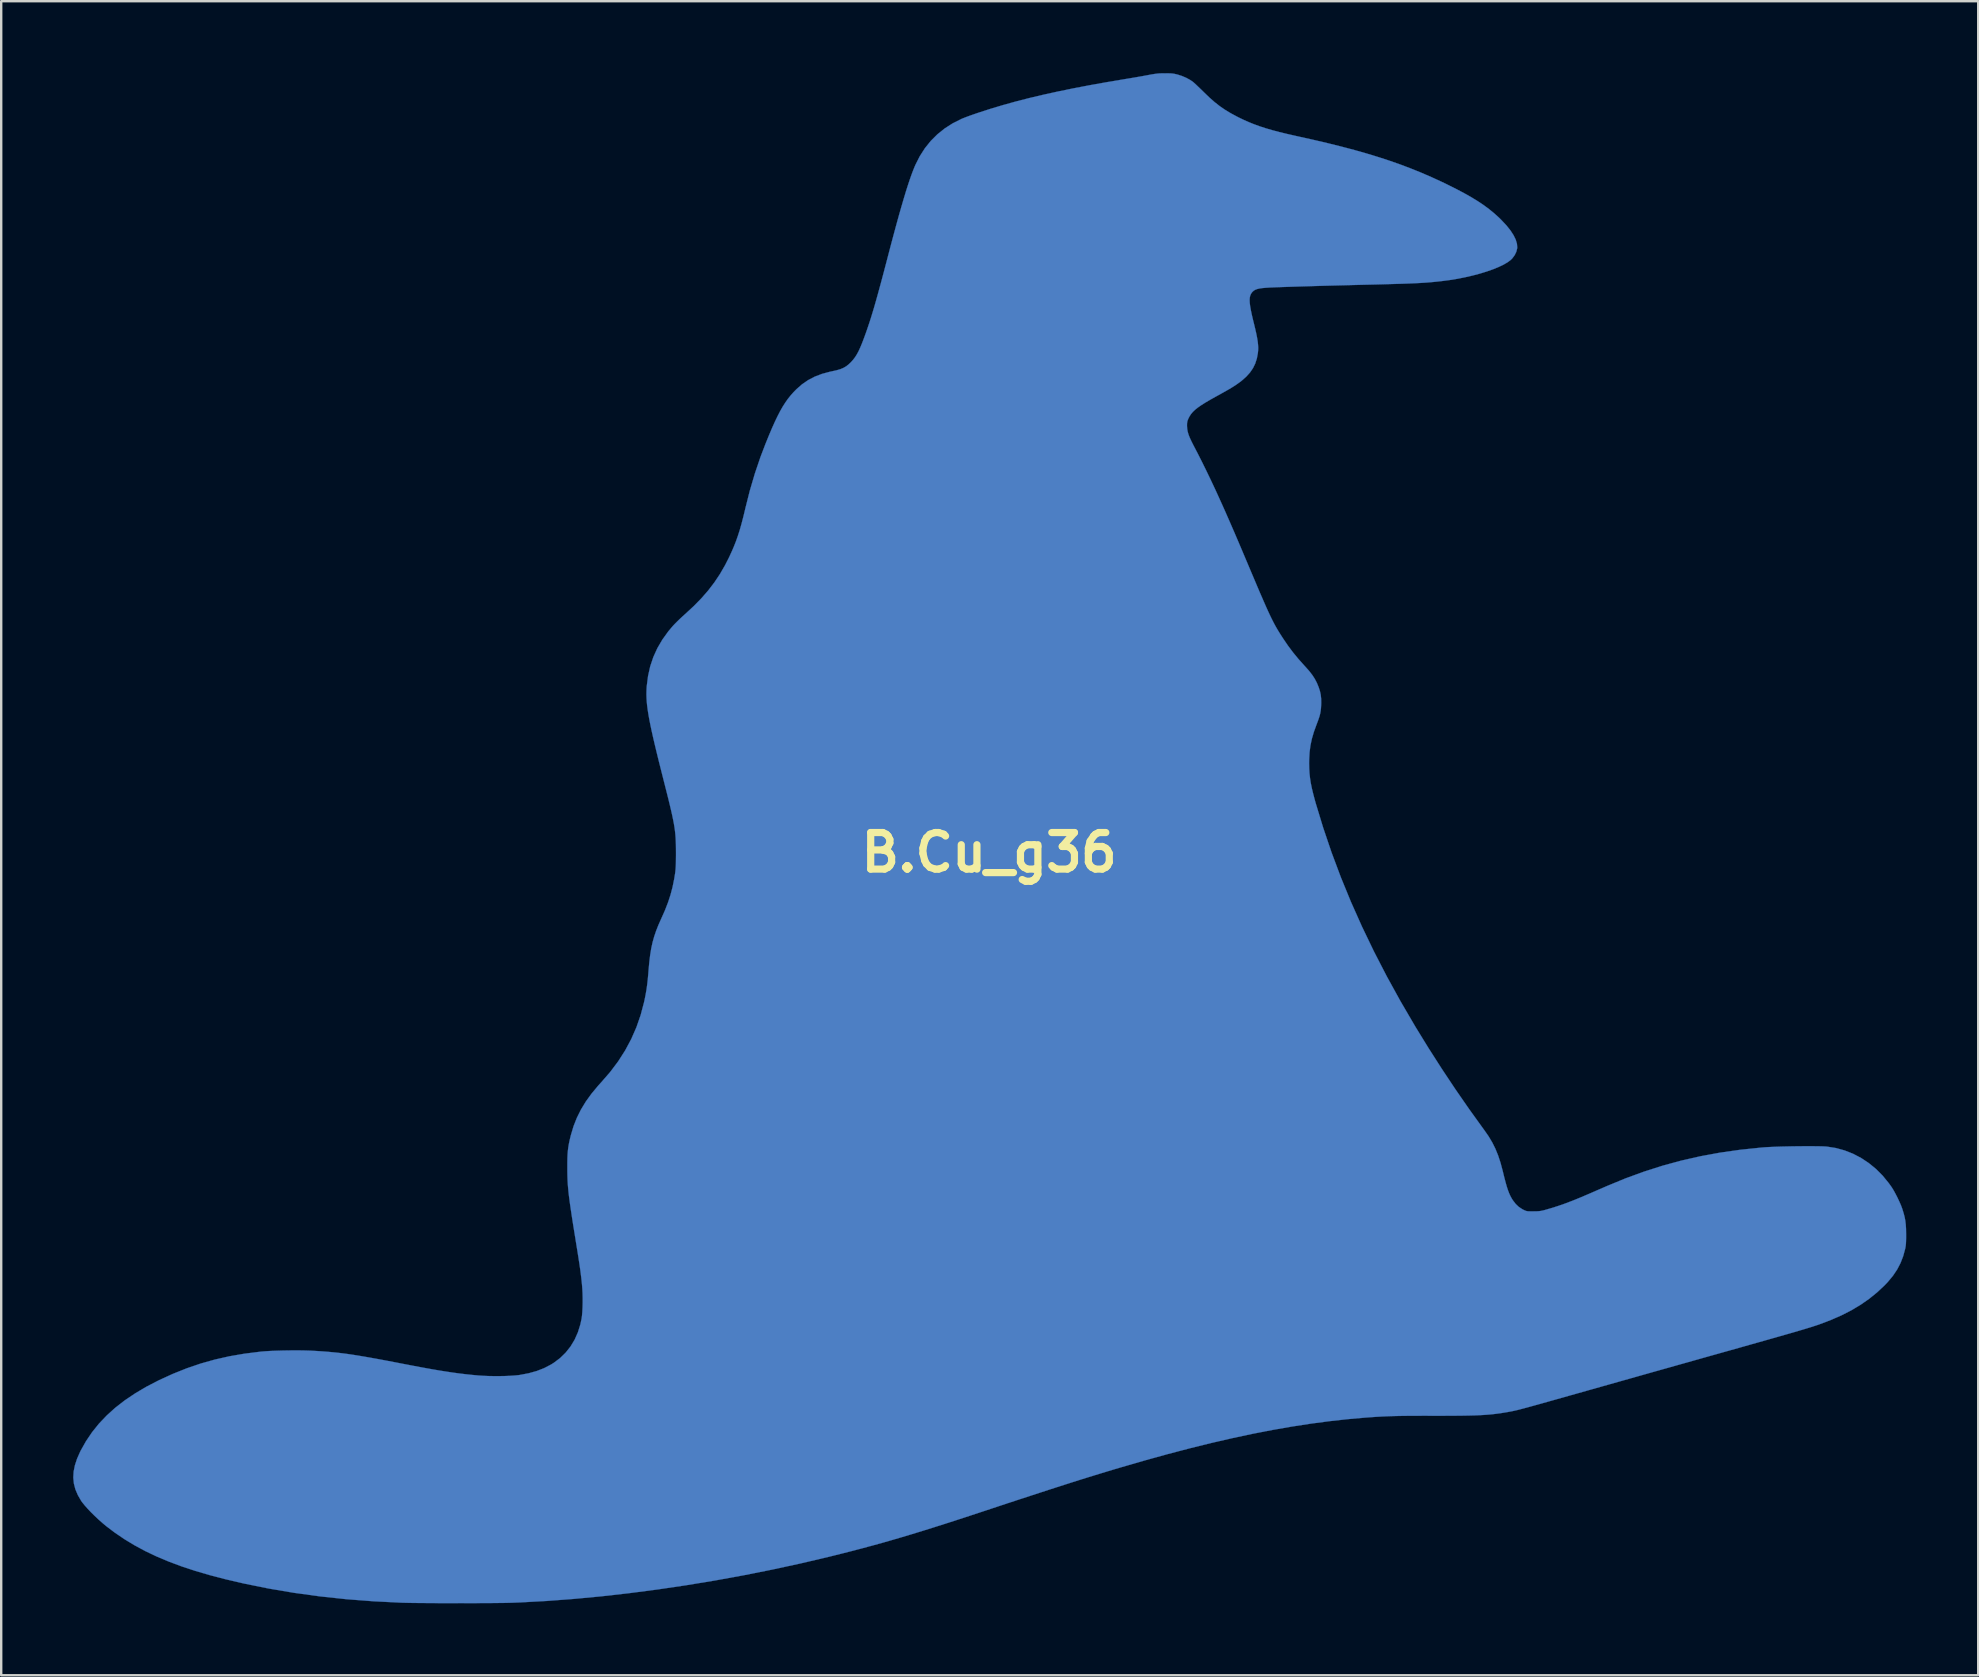
<source format=kicad_pcb>
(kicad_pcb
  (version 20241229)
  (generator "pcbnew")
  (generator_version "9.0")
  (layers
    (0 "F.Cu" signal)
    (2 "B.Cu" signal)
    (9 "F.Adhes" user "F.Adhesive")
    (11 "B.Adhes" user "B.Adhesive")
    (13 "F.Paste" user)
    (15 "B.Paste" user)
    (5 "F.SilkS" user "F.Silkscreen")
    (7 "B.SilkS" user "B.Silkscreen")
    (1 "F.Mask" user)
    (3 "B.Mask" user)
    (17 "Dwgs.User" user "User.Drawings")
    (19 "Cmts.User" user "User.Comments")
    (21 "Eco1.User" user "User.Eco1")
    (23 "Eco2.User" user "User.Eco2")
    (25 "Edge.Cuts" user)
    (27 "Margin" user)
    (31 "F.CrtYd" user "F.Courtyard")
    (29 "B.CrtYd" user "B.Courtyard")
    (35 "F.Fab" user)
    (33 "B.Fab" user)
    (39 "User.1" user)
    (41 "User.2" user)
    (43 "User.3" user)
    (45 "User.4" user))
  (footprint "B.Cu_g36"
    (layer "F.Cu")
    (at 38.171 32.48)
    (property "Reference" "B.Cu_g36" (at 0 0 0) (layer "F.SilkS") (effects (font (size 1.524 1.524) (thickness 0.3))))
    (attr through_hole)
    (fp_poly (pts (xy 7.469 -32.474) (xy 7.574 -32.471) (xy 7.66 -32.463) (xy 7.74 -32.449) (xy 7.825 -32.429) (xy 7.854 -32.422) (xy 8.035 -32.364) (xy 8.213 -32.288) (xy 8.375 -32.2) (xy 8.499 -32.114) (xy 8.545 -32.075) (xy 8.615 -32.011) (xy 8.702 -31.928) (xy 8.802 -31.832) (xy 8.908 -31.729) (xy 8.954 -31.684) (xy 9.182 -31.464) (xy 9.398 -31.274) (xy 9.611 -31.107) (xy 9.83 -30.956) (xy 10.065 -30.814) (xy 10.325 -30.674) (xy 10.382 -30.644) (xy 10.601 -30.538) (xy 10.82 -30.441) (xy 11.044 -30.351) (xy 11.277 -30.266) (xy 11.526 -30.185) (xy 11.795 -30.106) (xy 12.09 -30.028) (xy 12.415 -29.949) (xy 12.776 -29.867) (xy 12.874 -29.845) (xy 13.518 -29.702) (xy 14.123 -29.56) (xy 14.694 -29.418) (xy 15.233 -29.275) (xy 15.744 -29.13) (xy 16.232 -28.981) (xy 16.699 -28.828) (xy 17.149 -28.67) (xy 17.586 -28.504) (xy 18.014 -28.331) (xy 18.436 -28.148) (xy 18.856 -27.955) (xy 19.103 -27.836) (xy 19.47 -27.652) (xy 19.801 -27.477) (xy 20.099 -27.309) (xy 20.369 -27.143) (xy 20.614 -26.979) (xy 20.839 -26.812) (xy 21.049 -26.64) (xy 21.246 -26.462) (xy 21.356 -26.353) (xy 21.561 -26.134) (xy 21.727 -25.926) (xy 21.855 -25.729) (xy 21.945 -25.545) (xy 21.997 -25.373) (xy 22.009 -25.215) (xy 22.006 -25.179) (xy 21.97 -25.035) (xy 21.9 -24.893) (xy 21.803 -24.762) (xy 21.743 -24.702) (xy 21.611 -24.602) (xy 21.442 -24.503) (xy 21.237 -24.405) (xy 21.003 -24.309) (xy 20.742 -24.217) (xy 20.46 -24.13) (xy 20.159 -24.05) (xy 19.844 -23.977) (xy 19.519 -23.912) (xy 19.188 -23.858) (xy 18.93 -23.824) (xy 18.79 -23.808) (xy 18.657 -23.793) (xy 18.526 -23.78) (xy 18.395 -23.768) (xy 18.261 -23.757) (xy 18.119 -23.747) (xy 17.968 -23.738) (xy 17.802 -23.729) (xy 17.62 -23.721) (xy 17.418 -23.713) (xy 17.192 -23.705) (xy 16.94 -23.698) (xy 16.658 -23.69) (xy 16.343 -23.681) (xy 15.991 -23.672) (xy 15.684 -23.665) (xy 15.198 -23.653) (xy 14.75 -23.641) (xy 14.337 -23.631) (xy 13.955 -23.621) (xy 13.602 -23.611) (xy 13.273 -23.601) (xy 12.965 -23.592) (xy 12.673 -23.583) (xy 12.396 -23.574) (xy 12.129 -23.565) (xy 11.938 -23.558) (xy 11.72 -23.549) (xy 11.539 -23.538) (xy 11.391 -23.525) (xy 11.273 -23.508) (xy 11.178 -23.486) (xy 11.102 -23.459) (xy 11.041 -23.425) (xy 10.991 -23.383) (xy 10.957 -23.347) (xy 10.914 -23.285) (xy 10.883 -23.215) (xy 10.863 -23.131) (xy 10.856 -23.031) (xy 10.861 -22.91) (xy 10.879 -22.765) (xy 10.91 -22.592) (xy 10.953 -22.388) (xy 11.01 -22.148) (xy 11.028 -22.077) (xy 11.087 -21.833) (xy 11.134 -21.625) (xy 11.169 -21.446) (xy 11.194 -21.291) (xy 11.208 -21.155) (xy 11.214 -21.033) (xy 11.21 -20.919) (xy 11.2 -20.817) (xy 11.158 -20.59) (xy 11.091 -20.382) (xy 10.997 -20.188) (xy 10.872 -20.006) (xy 10.715 -19.832) (xy 10.523 -19.662) (xy 10.294 -19.495) (xy 10.086 -19.362) (xy 10.011 -19.318) (xy 9.908 -19.259) (xy 9.783 -19.188) (xy 9.647 -19.112) (xy 9.506 -19.034) (xy 9.44 -18.998) (xy 9.205 -18.866) (xy 9.005 -18.749) (xy 8.837 -18.642) (xy 8.698 -18.545) (xy 8.583 -18.453) (xy 8.49 -18.364) (xy 8.415 -18.275) (xy 8.355 -18.183) (xy 8.313 -18.104) (xy 8.279 -18.025) (xy 8.259 -17.959) (xy 8.249 -17.889) (xy 8.247 -17.798) (xy 8.247 -17.78) (xy 8.254 -17.663) (xy 8.274 -17.546) (xy 8.31 -17.421) (xy 8.364 -17.283) (xy 8.439 -17.123) (xy 8.508 -16.986) (xy 8.689 -16.639) (xy 8.869 -16.284) (xy 9.048 -15.92) (xy 9.23 -15.542) (xy 9.416 -15.148) (xy 9.606 -14.732) (xy 9.804 -14.293) (xy 10.009 -13.827) (xy 10.225 -13.33) (xy 10.452 -12.799) (xy 10.615 -12.414) (xy 10.778 -12.028) (xy 10.926 -11.678) (xy 11.06 -11.362) (xy 11.18 -11.078) (xy 11.289 -10.823) (xy 11.388 -10.596) (xy 11.476 -10.392) (xy 11.556 -10.212) (xy 11.629 -10.05) (xy 11.696 -9.906) (xy 11.758 -9.778) (xy 11.816 -9.661) (xy 11.871 -9.555) (xy 11.924 -9.456) (xy 11.977 -9.362) (xy 12.03 -9.272) (xy 12.085 -9.182) (xy 12.143 -9.089) (xy 12.205 -8.993) (xy 12.249 -8.925) (xy 12.453 -8.625) (xy 12.663 -8.344) (xy 12.889 -8.069) (xy 13.14 -7.788) (xy 13.169 -7.757) (xy 13.332 -7.574) (xy 13.465 -7.404) (xy 13.572 -7.239) (xy 13.66 -7.07) (xy 13.735 -6.888) (xy 13.735 -6.887) (xy 13.787 -6.727) (xy 13.82 -6.576) (xy 13.837 -6.418) (xy 13.84 -6.24) (xy 13.837 -6.146) (xy 13.83 -6.015) (xy 13.817 -5.9) (xy 13.797 -5.791) (xy 13.768 -5.678) (xy 13.726 -5.551) (xy 13.67 -5.4) (xy 13.645 -5.334) (xy 13.534 -5.028) (xy 13.45 -4.741) (xy 13.391 -4.461) (xy 13.354 -4.175) (xy 13.337 -3.872) (xy 13.335 -3.722) (xy 13.339 -3.509) (xy 13.351 -3.306) (xy 13.373 -3.105) (xy 13.405 -2.897) (xy 13.45 -2.676) (xy 13.509 -2.433) (xy 13.581 -2.162) (xy 13.61 -2.059) (xy 13.923 -1.031) (xy 14.271 -0.004) (xy 14.656 1.024) (xy 15.078 2.053) (xy 15.538 3.084) (xy 16.036 4.119) (xy 16.573 5.16) (xy 17.15 6.207) (xy 17.767 7.262) (xy 18.306 8.139) (xy 18.866 9.014) (xy 19.433 9.866) (xy 20.002 10.688) (xy 20.569 11.476) (xy 20.636 11.568) (xy 20.814 11.823) (xy 20.967 12.079) (xy 21.098 12.342) (xy 21.212 12.622) (xy 21.312 12.926) (xy 21.402 13.263) (xy 21.411 13.299) (xy 21.47 13.541) (xy 21.524 13.746) (xy 21.573 13.92) (xy 21.621 14.067) (xy 21.669 14.193) (xy 21.718 14.302) (xy 21.77 14.4) (xy 21.826 14.489) (xy 21.945 14.645) (xy 22.074 14.767) (xy 22.222 14.864) (xy 22.265 14.886) (xy 22.324 14.914) (xy 22.372 14.933) (xy 22.421 14.945) (xy 22.48 14.951) (xy 22.56 14.953) (xy 22.671 14.953) (xy 22.68 14.953) (xy 22.809 14.951) (xy 22.911 14.945) (xy 23.001 14.933) (xy 23.093 14.913) (xy 23.167 14.894) (xy 23.449 14.812) (xy 23.728 14.723) (xy 24.012 14.624) (xy 24.308 14.511) (xy 24.626 14.382) (xy 24.929 14.253) (xy 25.089 14.184) (xy 25.271 14.104) (xy 25.458 14.023) (xy 25.636 13.946) (xy 25.745 13.898) (xy 26.517 13.58) (xy 27.289 13.298) (xy 28.065 13.05) (xy 28.85 12.836) (xy 29.649 12.655) (xy 30.465 12.505) (xy 31.303 12.386) (xy 32.168 12.296) (xy 32.3 12.285) (xy 32.438 12.276) (xy 32.606 12.268) (xy 32.798 12.26) (xy 33.009 12.253) (xy 33.233 12.248) (xy 33.465 12.243) (xy 33.698 12.24) (xy 33.928 12.238) (xy 34.149 12.237) (xy 34.355 12.238) (xy 34.541 12.24) (xy 34.7 12.243) (xy 34.829 12.248) (xy 34.917 12.255) (xy 35.29 12.314) (xy 35.654 12.414) (xy 36.004 12.552) (xy 36.34 12.728) (xy 36.659 12.94) (xy 36.96 13.186) (xy 37.239 13.466) (xy 37.494 13.778) (xy 37.62 13.955) (xy 37.693 14.074) (xy 37.773 14.22) (xy 37.856 14.382) (xy 37.933 14.546) (xy 38.001 14.701) (xy 38.051 14.835) (xy 38.056 14.848) (xy 38.111 15.027) (xy 38.153 15.187) (xy 38.182 15.342) (xy 38.201 15.503) (xy 38.212 15.682) (xy 38.215 15.891) (xy 38.215 15.907) (xy 38.215 16.071) (xy 38.212 16.2) (xy 38.207 16.305) (xy 38.198 16.392) (xy 38.185 16.47) (xy 38.177 16.509) (xy 38.094 16.818) (xy 37.983 17.105) (xy 37.842 17.376) (xy 37.667 17.636) (xy 37.455 17.892) (xy 37.318 18.037) (xy 37.007 18.328) (xy 36.675 18.597) (xy 36.321 18.844) (xy 35.94 19.072) (xy 35.528 19.283) (xy 35.083 19.478) (xy 34.601 19.661) (xy 34.535 19.684) (xy 34.466 19.707) (xy 34.392 19.731) (xy 34.311 19.758) (xy 34.221 19.786) (xy 34.119 19.817) (xy 34.004 19.852) (xy 33.874 19.891) (xy 33.727 19.934) (xy 33.561 19.983) (xy 33.374 20.037) (xy 33.163 20.097) (xy 32.928 20.164) (xy 32.665 20.239) (xy 32.374 20.322) (xy 32.051 20.413) (xy 31.696 20.513) (xy 31.306 20.624) (xy 30.878 20.744) (xy 30.438 20.868) (xy 30.035 20.981) (xy 29.605 21.102) (xy 29.153 21.23) (xy 28.686 21.361) (xy 28.209 21.496) (xy 27.728 21.631) (xy 27.25 21.766) (xy 26.779 21.899) (xy 26.323 22.028) (xy 25.887 22.151) (xy 25.477 22.267) (xy 25.098 22.374) (xy 24.924 22.423) (xy 24.524 22.536) (xy 24.162 22.638) (xy 23.837 22.73) (xy 23.546 22.812) (xy 23.286 22.885) (xy 23.056 22.95) (xy 22.853 23.007) (xy 22.674 23.056) (xy 22.519 23.099) (xy 22.384 23.136) (xy 22.266 23.167) (xy 22.165 23.194) (xy 22.077 23.217) (xy 22.001 23.236) (xy 21.934 23.251) (xy 21.873 23.265) (xy 21.817 23.277) (xy 21.763 23.288) (xy 21.709 23.298) (xy 21.653 23.308) (xy 21.622 23.314) (xy 21.461 23.341) (xy 21.305 23.366) (xy 21.148 23.387) (xy 20.988 23.406) (xy 20.821 23.422) (xy 20.643 23.435) (xy 20.451 23.446) (xy 20.241 23.455) (xy 20.009 23.461) (xy 19.752 23.466) (xy 19.467 23.469) (xy 19.149 23.471) (xy 18.795 23.472) (xy 18.498 23.472) (xy 18.146 23.471) (xy 17.833 23.472) (xy 17.552 23.473) (xy 17.298 23.475) (xy 17.067 23.479) (xy 16.854 23.484) (xy 16.653 23.49) (xy 16.461 23.498) (xy 16.271 23.508) (xy 16.08 23.519) (xy 15.881 23.533) (xy 15.671 23.548) (xy 15.663 23.549) (xy 14.924 23.614) (xy 14.172 23.698) (xy 13.404 23.8) (xy 12.619 23.921) (xy 11.815 24.061) (xy 10.99 24.221) (xy 10.142 24.402) (xy 9.269 24.603) (xy 8.369 24.825) (xy 7.439 25.069) (xy 6.479 25.335) (xy 5.485 25.623) (xy 5.17 25.716) (xy 4.898 25.798) (xy 4.627 25.881) (xy 4.353 25.965) (xy 4.073 26.051) (xy 3.785 26.141) (xy 3.485 26.236) (xy 3.172 26.336) (xy 2.841 26.442) (xy 2.49 26.555) (xy 2.116 26.677) (xy 1.717 26.807) (xy 1.289 26.947) (xy 0.83 27.098) (xy 0.336 27.261) (xy -0.194 27.437) (xy -0.212 27.443) (xy -0.789 27.633) (xy -1.331 27.81) (xy -1.841 27.975) (xy -2.324 28.128) (xy -2.782 28.271) (xy -3.22 28.405) (xy -3.643 28.532) (xy -4.053 28.652) (xy -4.455 28.767) (xy -4.853 28.877) (xy -5.251 28.984) (xy -5.652 29.09) (xy -6.061 29.194) (xy -6.481 29.299) (xy -6.678 29.348) (xy -7.852 29.624) (xy -9.038 29.881) (xy -10.232 30.119) (xy -11.429 30.337) (xy -12.625 30.534) (xy -13.816 30.71) (xy -14.997 30.864) (xy -16.164 30.996) (xy -17.311 31.104) (xy -18.435 31.189) (xy -19.531 31.249) (xy -19.884 31.263) (xy -20.009 31.266) (xy -20.173 31.27) (xy -20.37 31.272) (xy -20.596 31.275) (xy -20.846 31.277) (xy -21.117 31.278) (xy -21.404 31.279) (xy -21.702 31.28) (xy -22.007 31.281) (xy -22.314 31.28) (xy -22.62 31.28) (xy -22.919 31.279) (xy -23.207 31.278) (xy -23.481 31.276) (xy -23.734 31.274) (xy -23.964 31.272) (xy -24.165 31.269) (xy -24.334 31.265) (xy -24.465 31.262) (xy -24.469 31.262) (xy -25.636 31.204) (xy -26.775 31.117) (xy -27.888 30.998) (xy -28.974 30.849) (xy -30.036 30.669) (xy -31.076 30.458) (xy -31.846 30.278) (xy -32.488 30.11) (xy -33.092 29.933) (xy -33.659 29.746) (xy -34.191 29.547) (xy -34.693 29.336) (xy -35.165 29.111) (xy -35.611 28.871) (xy -36.033 28.616) (xy -36.434 28.344) (xy -36.788 28.076) (xy -36.949 27.942) (xy -37.114 27.796) (xy -37.277 27.642) (xy -37.433 27.488) (xy -37.575 27.338) (xy -37.698 27.198) (xy -37.797 27.075) (xy -37.841 27.012) (xy -37.979 26.773) (xy -38.08 26.535) (xy -38.142 26.294) (xy -38.166 26.049) (xy -38.152 25.797) (xy -38.099 25.535) (xy -38.009 25.26) (xy -37.88 24.969) (xy -37.859 24.926) (xy -37.637 24.531) (xy -37.383 24.155) (xy -37.096 23.798) (xy -36.773 23.459) (xy -36.416 23.136) (xy -36.021 22.829) (xy -35.589 22.538) (xy -35.119 22.26) (xy -34.609 21.996) (xy -34.597 21.99) (xy -34.015 21.724) (xy -33.437 21.493) (xy -32.856 21.295) (xy -32.266 21.129) (xy -31.66 20.992) (xy -31.033 20.884) (xy -30.378 20.802) (xy -30.311 20.795) (xy -30.142 20.782) (xy -29.939 20.77) (xy -29.71 20.761) (xy -29.464 20.754) (xy -29.21 20.749) (xy -28.955 20.747) (xy -28.708 20.748) (xy -28.478 20.752) (xy -28.272 20.759) (xy -28.194 20.763) (xy -27.969 20.776) (xy -27.756 20.79) (xy -27.552 20.806) (xy -27.353 20.824) (xy -27.155 20.844) (xy -26.954 20.868) (xy -26.746 20.895) (xy -26.527 20.927) (xy -26.294 20.964) (xy -26.042 21.006) (xy -25.768 21.054) (xy -25.469 21.108) (xy -25.139 21.17) (xy -24.776 21.239) (xy -24.375 21.317) (xy -24.373 21.317) (xy -23.956 21.397) (xy -23.575 21.468) (xy -23.227 21.531) (xy -22.905 21.586) (xy -22.606 21.633) (xy -22.325 21.675) (xy -22.057 21.711) (xy -21.797 21.742) (xy -21.542 21.769) (xy -21.286 21.793) (xy -21.283 21.793) (xy -21.086 21.806) (xy -20.867 21.815) (xy -20.637 21.819) (xy -20.403 21.819) (xy -20.173 21.815) (xy -19.958 21.806) (xy -19.765 21.793) (xy -19.602 21.777) (xy -19.558 21.77) (xy -19.189 21.7) (xy -18.852 21.606) (xy -18.544 21.486) (xy -18.262 21.339) (xy -18.146 21.267) (xy -17.881 21.068) (xy -17.647 20.84) (xy -17.445 20.585) (xy -17.275 20.303) (xy -17.138 19.995) (xy -17.034 19.661) (xy -16.986 19.437) (xy -16.967 19.306) (xy -16.953 19.144) (xy -16.943 18.958) (xy -16.938 18.759) (xy -16.938 18.557) (xy -16.943 18.361) (xy -16.953 18.182) (xy -16.965 18.027) (xy -16.98 17.872) (xy -16.998 17.712) (xy -17.019 17.54) (xy -17.044 17.353) (xy -17.074 17.145) (xy -17.11 16.91) (xy -17.152 16.644) (xy -17.198 16.362) (xy -17.258 15.988) (xy -17.312 15.653) (xy -17.36 15.353) (xy -17.401 15.085) (xy -17.437 14.845) (xy -17.468 14.631) (xy -17.494 14.438) (xy -17.516 14.263) (xy -17.533 14.104) (xy -17.547 13.956) (xy -17.558 13.817) (xy -17.566 13.683) (xy -17.571 13.551) (xy -17.575 13.418) (xy -17.577 13.279) (xy -17.577 13.155) (xy -17.577 12.93) (xy -17.574 12.738) (xy -17.567 12.573) (xy -17.555 12.425) (xy -17.538 12.286) (xy -17.515 12.148) (xy -17.485 12.003) (xy -17.447 11.843) (xy -17.428 11.769) (xy -17.319 11.405) (xy -17.181 11.055) (xy -17.012 10.715) (xy -16.81 10.381) (xy -16.571 10.05) (xy -16.294 9.717) (xy -16.159 9.567) (xy -15.789 9.141) (xy -15.458 8.701) (xy -15.167 8.245) (xy -14.914 7.772) (xy -14.699 7.281) (xy -14.522 6.772) (xy -14.382 6.243) (xy -14.352 6.107) (xy -14.312 5.903) (xy -14.278 5.705) (xy -14.25 5.503) (xy -14.225 5.286) (xy -14.203 5.042) (xy -14.192 4.9) (xy -14.162 4.569) (xy -14.126 4.271) (xy -14.082 4) (xy -14.027 3.746) (xy -13.959 3.503) (xy -13.877 3.261) (xy -13.779 3.013) (xy -13.662 2.751) (xy -13.661 2.749) (xy -13.508 2.404) (xy -13.382 2.079) (xy -13.278 1.761) (xy -13.193 1.44) (xy -13.125 1.105) (xy -13.088 0.878) (xy -13.076 0.786) (xy -13.066 0.689) (xy -13.059 0.58) (xy -13.054 0.453) (xy -13.052 0.3) (xy -13.05 0.116) (xy -13.05 0.011) (xy -13.051 -0.164) (xy -13.053 -0.324) (xy -13.058 -0.473) (xy -13.065 -0.616) (xy -13.076 -0.756) (xy -13.091 -0.898) (xy -13.111 -1.044) (xy -13.136 -1.198) (xy -13.168 -1.365) (xy -13.206 -1.549) (xy -13.252 -1.753) (xy -13.306 -1.981) (xy -13.368 -2.236) (xy -13.44 -2.524) (xy -13.522 -2.847) (xy -13.557 -2.985) (xy -13.668 -3.424) (xy -13.769 -3.825) (xy -13.859 -4.191) (xy -13.939 -4.524) (xy -14.009 -4.826) (xy -14.07 -5.1) (xy -14.122 -5.348) (xy -14.166 -5.574) (xy -14.202 -5.779) (xy -14.231 -5.966) (xy -14.253 -6.138) (xy -14.268 -6.297) (xy -14.277 -6.446) (xy -14.281 -6.587) (xy -14.279 -6.723) (xy -14.273 -6.856) (xy -14.267 -6.943) (xy -14.213 -7.362) (xy -14.123 -7.763) (xy -13.994 -8.147) (xy -13.826 -8.516) (xy -13.619 -8.872) (xy -13.372 -9.215) (xy -13.189 -9.433) (xy -13.111 -9.517) (xy -13.01 -9.619) (xy -12.895 -9.731) (xy -12.775 -9.843) (xy -12.664 -9.943) (xy -12.31 -10.27) (xy -11.992 -10.595) (xy -11.707 -10.922) (xy -11.45 -11.258) (xy -11.217 -11.607) (xy -11.004 -11.976) (xy -10.837 -12.305) (xy -10.731 -12.535) (xy -10.635 -12.757) (xy -10.548 -12.978) (xy -10.468 -13.206) (xy -10.391 -13.447) (xy -10.317 -13.708) (xy -10.242 -13.997) (xy -10.164 -14.32) (xy -10.16 -14.34) (xy -9.973 -15.082) (xy -9.763 -15.795) (xy -9.527 -16.49) (xy -9.317 -17.039) (xy -9.18 -17.376) (xy -9.053 -17.676) (xy -8.934 -17.942) (xy -8.821 -18.179) (xy -8.712 -18.39) (xy -8.605 -18.579) (xy -8.497 -18.749) (xy -8.388 -18.904) (xy -8.273 -19.048) (xy -8.153 -19.184) (xy -8.028 -19.311) (xy -7.795 -19.516) (xy -7.543 -19.689) (xy -7.27 -19.832) (xy -6.971 -19.947) (xy -6.641 -20.036) (xy -6.548 -20.056) (xy -6.358 -20.098) (xy -6.201 -20.144) (xy -6.07 -20.199) (xy -5.956 -20.265) (xy -5.851 -20.348) (xy -5.752 -20.443) (xy -5.666 -20.54) (xy -5.588 -20.643) (xy -5.515 -20.758) (xy -5.443 -20.89) (xy -5.371 -21.046) (xy -5.295 -21.229) (xy -5.212 -21.447) (xy -5.179 -21.537) (xy -5.113 -21.721) (xy -5.049 -21.907) (xy -4.986 -22.096) (xy -4.923 -22.293) (xy -4.859 -22.501) (xy -4.792 -22.724) (xy -4.723 -22.965) (xy -4.649 -23.228) (xy -4.57 -23.517) (xy -4.484 -23.834) (xy -4.391 -24.183) (xy -4.29 -24.568) (xy -4.233 -24.786) (xy -4.101 -25.292) (xy -3.977 -25.757) (xy -3.861 -26.185) (xy -3.753 -26.576) (xy -3.651 -26.933) (xy -3.556 -27.257) (xy -3.468 -27.55) (xy -3.384 -27.813) (xy -3.306 -28.048) (xy -3.232 -28.257) (xy -3.162 -28.442) (xy -3.096 -28.604) (xy -3.071 -28.662) (xy -2.888 -29.023) (xy -2.674 -29.356) (xy -2.43 -29.659) (xy -2.155 -29.933) (xy -1.851 -30.177) (xy -1.518 -30.39) (xy -1.155 -30.572) (xy -1.125 -30.586) (xy -1.047 -30.617) (xy -0.937 -30.659) (xy -0.805 -30.708) (xy -0.658 -30.76) (xy -0.506 -30.812) (xy -0.426 -30.839) (xy 0.066 -30.998) (xy 0.578 -31.151) (xy 1.11 -31.299) (xy 1.667 -31.442) (xy 2.25 -31.58) (xy 2.862 -31.715) (xy 3.505 -31.847) (xy 4.184 -31.977) (xy 4.899 -32.105) (xy 5.654 -32.232) (xy 5.678 -32.236) (xy 5.854 -32.265) (xy 6.044 -32.297) (xy 6.235 -32.33) (xy 6.416 -32.362) (xy 6.571 -32.391) (xy 6.61 -32.398) (xy 6.764 -32.427) (xy 6.888 -32.447) (xy 6.993 -32.461) (xy 7.091 -32.47) (xy 7.194 -32.474) (xy 7.312 -32.475) (xy 7.334 -32.475) (xy 7.469 -32.474)) (stroke (width 0.01) (type solid)) (fill yes) (layer "B.Cu")))
  (gr_rect
    (start -3 -3)
    (end 79.391 66.766)
    (stroke (width 0.1) (type default))
    (fill no)
    (layer "Edge.Cuts")))
</source>
